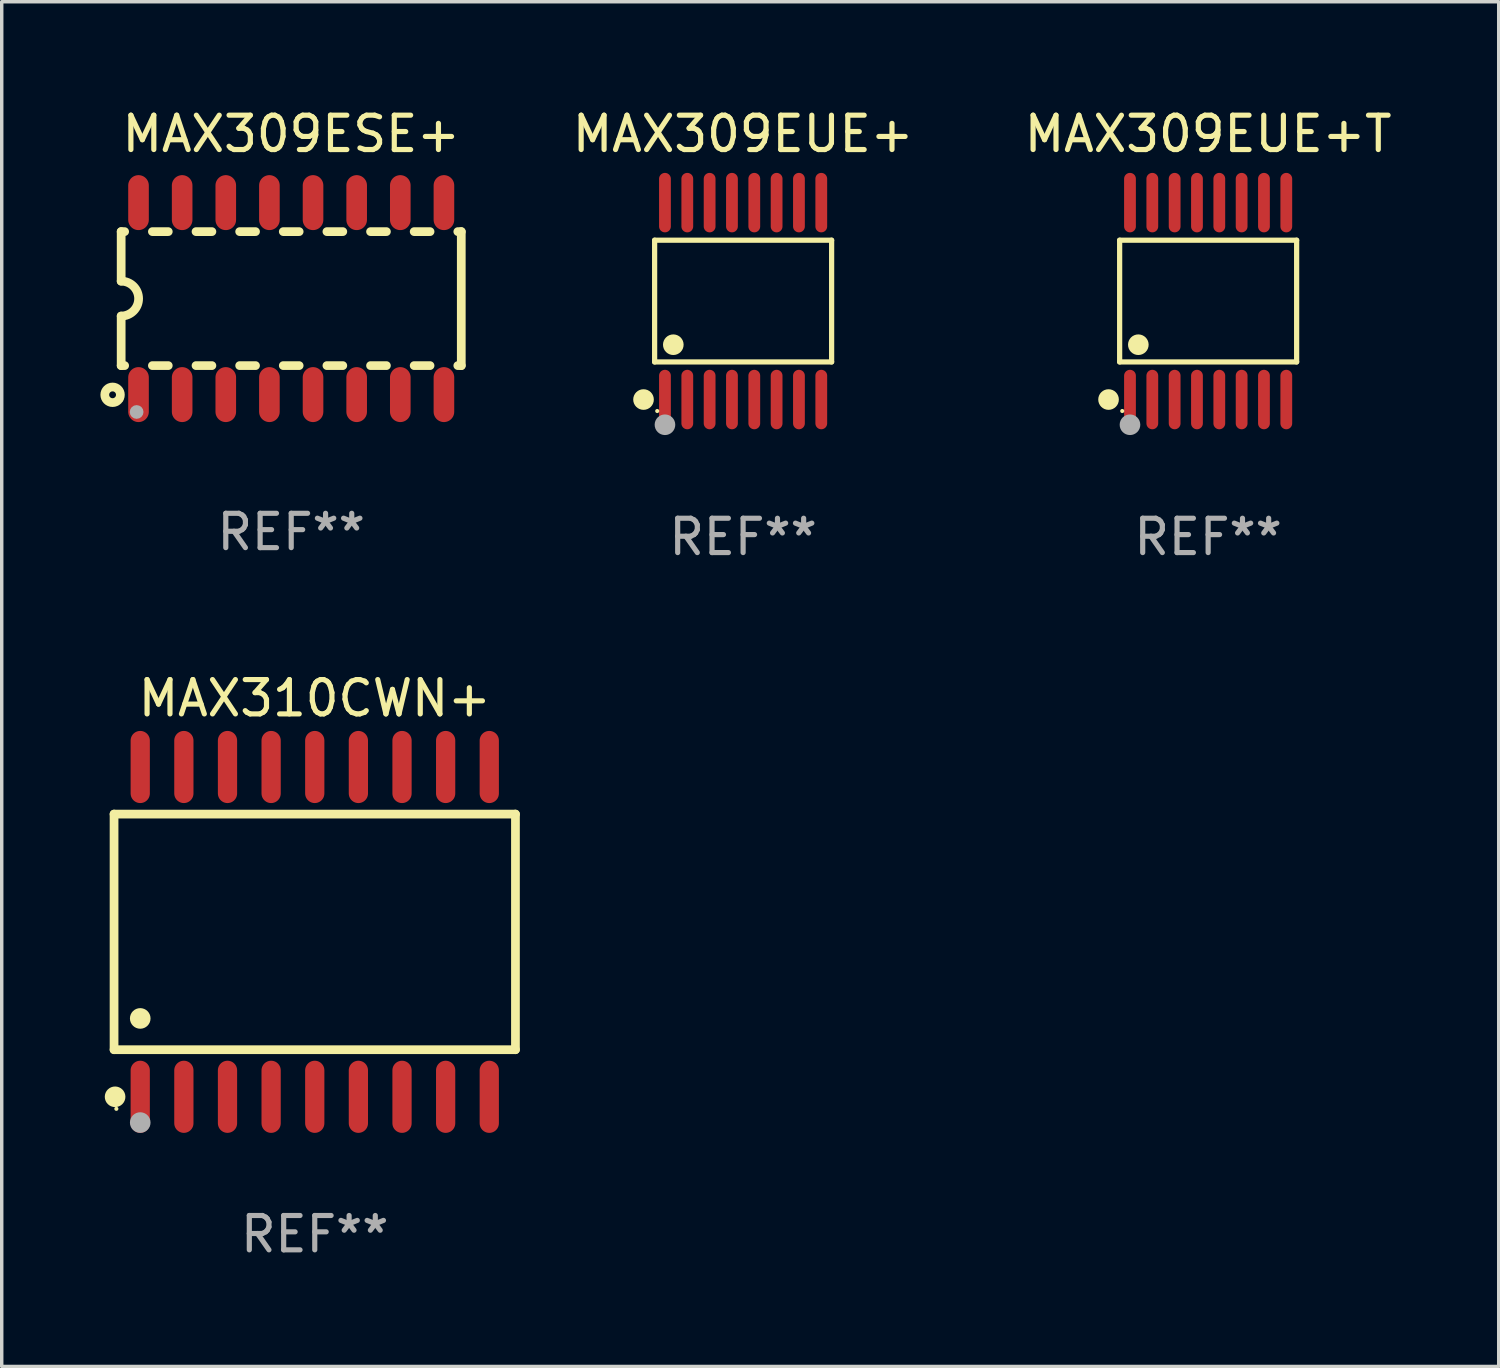
<source format=kicad_pcb>
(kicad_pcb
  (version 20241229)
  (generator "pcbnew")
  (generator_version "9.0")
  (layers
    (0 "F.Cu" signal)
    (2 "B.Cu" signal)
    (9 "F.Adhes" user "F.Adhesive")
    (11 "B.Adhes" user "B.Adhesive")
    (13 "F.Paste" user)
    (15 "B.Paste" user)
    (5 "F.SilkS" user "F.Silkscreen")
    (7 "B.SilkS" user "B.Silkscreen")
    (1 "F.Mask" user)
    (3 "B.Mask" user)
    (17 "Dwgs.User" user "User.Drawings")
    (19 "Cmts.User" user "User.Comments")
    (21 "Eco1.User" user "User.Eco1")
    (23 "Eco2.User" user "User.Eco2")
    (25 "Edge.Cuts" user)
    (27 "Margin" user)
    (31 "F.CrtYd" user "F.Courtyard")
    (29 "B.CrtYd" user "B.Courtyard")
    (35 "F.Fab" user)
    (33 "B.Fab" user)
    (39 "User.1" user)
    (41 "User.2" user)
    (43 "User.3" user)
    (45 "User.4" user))
  (footprint "MAX310CWN+"
    (layer "F.Cu")
    (at 6.112 24.076)
    (property "Reference" "MAX310CWN+" (at 0 -6.8 0) (layer "F.SilkS") (effects (font (size 1 1) (thickness 0.15))))
    (attr through_hole)
    (fp_line (start -5.842 -3.429) (end -5.842 3.429) (stroke (width 0.254) (type solid)) (layer "F.SilkS"))
    (fp_line (start -5.842 3.429) (end 5.842 3.429) (stroke (width 0.254) (type solid)) (layer "F.SilkS"))
    (fp_line (start 5.842 -3.429) (end -5.842 -3.429) (stroke (width 0.254) (type solid)) (layer "F.SilkS"))
    (fp_line (start 5.842 3.429) (end 5.842 -3.429) (stroke (width 0.254) (type solid)) (layer "F.SilkS"))
    (fp_circle (center -5.812 4.8) (end -5.662 4.8) (stroke (width 0.3) (type solid)) (fill no) (layer "F.SilkS"))
    (fp_circle (center -5.775 5.15) (end -5.745 5.15) (stroke (width 0.06) (type solid)) (fill no) (layer "F.SilkS"))
    (fp_circle (center -5.08 2.519) (end -4.93 2.519) (stroke (width 0.3) (type solid)) (fill no) (layer "F.SilkS"))
    (fp_circle (center -5.08 5.55) (end -4.93 5.55) (stroke (width 0.3) (type solid)) (fill no) (layer "F.Fab"))
    (fp_text user "REF**" (at 0 8.8 0) (layer "F.Fab") (effects (font (size 1 1) (thickness 0.15))))
    (pad "1" smd oval (at -5.08 4.8) (size 0.56 2.1) (layers "F.Cu" "F.Mask" "F.Paste"))
    (pad "2" smd oval (at -3.81 4.8) (size 0.56 2.1) (layers "F.Cu" "F.Mask" "F.Paste"))
    (pad "3" smd oval (at -2.54 4.8) (size 0.56 2.1) (layers "F.Cu" "F.Mask" "F.Paste"))
    (pad "4" smd oval (at -1.27 4.8) (size 0.56 2.1) (layers "F.Cu" "F.Mask" "F.Paste"))
    (pad "5" smd oval (at 0 4.8) (size 0.56 2.1) (layers "F.Cu" "F.Mask" "F.Paste"))
    (pad "6" smd oval (at 1.27 4.8) (size 0.56 2.1) (layers "F.Cu" "F.Mask" "F.Paste"))
    (pad "7" smd oval (at 2.54 4.8) (size 0.56 2.1) (layers "F.Cu" "F.Mask" "F.Paste"))
    (pad "8" smd oval (at 3.81 4.8) (size 0.56 2.1) (layers "F.Cu" "F.Mask" "F.Paste"))
    (pad "9" smd oval (at 5.08 4.8) (size 0.56 2.1) (layers "F.Cu" "F.Mask" "F.Paste"))
    (pad "10" smd oval (at 5.08 -4.8) (size 0.56 2.1) (layers "F.Cu" "F.Mask" "F.Paste"))
    (pad "11" smd oval (at 3.81 -4.8) (size 0.56 2.1) (layers "F.Cu" "F.Mask" "F.Paste"))
    (pad "12" smd oval (at 2.54 -4.8) (size 0.56 2.1) (layers "F.Cu" "F.Mask" "F.Paste"))
    (pad "13" smd oval (at 1.27 -4.8) (size 0.56 2.1) (layers "F.Cu" "F.Mask" "F.Paste"))
    (pad "14" smd oval (at 0 -4.8) (size 0.56 2.1) (layers "F.Cu" "F.Mask" "F.Paste"))
    (pad "15" smd oval (at -1.27 -4.8) (size 0.56 2.1) (layers "F.Cu" "F.Mask" "F.Paste"))
    (pad "16" smd oval (at -2.54 -4.8) (size 0.56 2.1) (layers "F.Cu" "F.Mask" "F.Paste"))
    (pad "17" smd oval (at -3.81 -4.8) (size 0.56 2.1) (layers "F.Cu" "F.Mask" "F.Paste"))
    (pad "18" smd oval (at -5.08 -4.8) (size 0.56 2.1) (layers "F.Cu" "F.Mask" "F.Paste")))
  (footprint "MAX309EUE+"
    (layer "F.Cu")
    (at 18.581 5.714)
    (property "Reference" "MAX309EUE+" (at 0 -4.866 0) (layer "F.SilkS") (effects (font (size 1 1) (thickness 0.15))))
    (attr through_hole)
    (fp_line (start -2.576 -1.772) (end 2.576 -1.772) (stroke (width 0.152) (type solid)) (layer "F.SilkS"))
    (fp_line (start -2.576 1.771) (end -2.576 -1.772) (stroke (width 0.152) (type solid)) (layer "F.SilkS"))
    (fp_line (start 2.576 -1.772) (end 2.576 1.771) (stroke (width 0.152) (type solid)) (layer "F.SilkS"))
    (fp_line (start 2.576 1.771) (end -2.576 1.771) (stroke (width 0.152) (type solid)) (layer "F.SilkS"))
    (fp_circle (center -2.899 2.866) (end -2.749 2.866) (stroke (width 0.3) (type solid)) (fill no) (layer "F.SilkS"))
    (fp_circle (center -2.5 3.2) (end -2.47 3.2) (stroke (width 0.06) (type solid)) (fill no) (layer "F.SilkS"))
    (fp_circle (center -2.032 1.27) (end -1.882 1.27) (stroke (width 0.3) (type solid)) (fill no) (layer "F.SilkS"))
    (fp_circle (center -2.275 3.6) (end -2.125 3.6) (stroke (width 0.3) (type solid)) (fill no) (layer "F.Fab"))
    (fp_text user "REF**" (at 0 6.866 0) (layer "F.Fab") (effects (font (size 1 1) (thickness 0.15))))
    (pad "1" smd oval (at -2.275 2.866) (size 0.343 1.731) (layers "F.Cu" "F.Mask" "F.Paste"))
    (pad "2" smd oval (at -1.625 2.866) (size 0.343 1.731) (layers "F.Cu" "F.Mask" "F.Paste"))
    (pad "3" smd oval (at -0.975 2.866) (size 0.343 1.731) (layers "F.Cu" "F.Mask" "F.Paste"))
    (pad "4" smd oval (at -0.325 2.866) (size 0.343 1.731) (layers "F.Cu" "F.Mask" "F.Paste"))
    (pad "5" smd oval (at 0.325 2.866) (size 0.343 1.731) (layers "F.Cu" "F.Mask" "F.Paste"))
    (pad "6" smd oval (at 0.975 2.866) (size 0.343 1.731) (layers "F.Cu" "F.Mask" "F.Paste"))
    (pad "7" smd oval (at 1.625 2.866) (size 0.343 1.731) (layers "F.Cu" "F.Mask" "F.Paste"))
    (pad "8" smd oval (at 2.275 2.866) (size 0.343 1.731) (layers "F.Cu" "F.Mask" "F.Paste"))
    (pad "9" smd oval (at 2.275 -2.866) (size 0.343 1.731) (layers "F.Cu" "F.Mask" "F.Paste"))
    (pad "10" smd oval (at 1.625 -2.866) (size 0.343 1.731) (layers "F.Cu" "F.Mask" "F.Paste"))
    (pad "11" smd oval (at 0.975 -2.866) (size 0.343 1.731) (layers "F.Cu" "F.Mask" "F.Paste"))
    (pad "12" smd oval (at 0.325 -2.866) (size 0.343 1.731) (layers "F.Cu" "F.Mask" "F.Paste"))
    (pad "13" smd oval (at -0.325 -2.866) (size 0.343 1.731) (layers "F.Cu" "F.Mask" "F.Paste"))
    (pad "14" smd oval (at -0.975 -2.866) (size 0.343 1.731) (layers "F.Cu" "F.Mask" "F.Paste"))
    (pad "15" smd oval (at -1.625 -2.866) (size 0.343 1.731) (layers "F.Cu" "F.Mask" "F.Paste"))
    (pad "16" smd oval (at -2.275 -2.866) (size 0.343 1.731) (layers "F.Cu" "F.Mask" "F.Paste")))
  (footprint "MAX309EUE+T"
    (layer "F.Cu")
    (at 32.117 5.714)
    (property "Reference" "MAX309EUE+T" (at 0 -4.866 0) (layer "F.SilkS") (effects (font (size 1 1) (thickness 0.15))))
    (attr through_hole)
    (fp_line (start -2.576 -1.772) (end 2.576 -1.772) (stroke (width 0.152) (type solid)) (layer "F.SilkS"))
    (fp_line (start -2.576 1.771) (end -2.576 -1.772) (stroke (width 0.152) (type solid)) (layer "F.SilkS"))
    (fp_line (start 2.576 -1.772) (end 2.576 1.771) (stroke (width 0.152) (type solid)) (layer "F.SilkS"))
    (fp_line (start 2.576 1.771) (end -2.576 1.771) (stroke (width 0.152) (type solid)) (layer "F.SilkS"))
    (fp_circle (center -2.899 2.866) (end -2.749 2.866) (stroke (width 0.3) (type solid)) (fill no) (layer "F.SilkS"))
    (fp_circle (center -2.5 3.2) (end -2.47 3.2) (stroke (width 0.06) (type solid)) (fill no) (layer "F.SilkS"))
    (fp_circle (center -2.032 1.27) (end -1.882 1.27) (stroke (width 0.3) (type solid)) (fill no) (layer "F.SilkS"))
    (fp_circle (center -2.275 3.6) (end -2.125 3.6) (stroke (width 0.3) (type solid)) (fill no) (layer "F.Fab"))
    (fp_text user "REF**" (at 0 6.866 0) (layer "F.Fab") (effects (font (size 1 1) (thickness 0.15))))
    (pad "1" smd oval (at -2.275 2.866) (size 0.343 1.731) (layers "F.Cu" "F.Mask" "F.Paste"))
    (pad "2" smd oval (at -1.625 2.866) (size 0.343 1.731) (layers "F.Cu" "F.Mask" "F.Paste"))
    (pad "3" smd oval (at -0.975 2.866) (size 0.343 1.731) (layers "F.Cu" "F.Mask" "F.Paste"))
    (pad "4" smd oval (at -0.325 2.866) (size 0.343 1.731) (layers "F.Cu" "F.Mask" "F.Paste"))
    (pad "5" smd oval (at 0.325 2.866) (size 0.343 1.731) (layers "F.Cu" "F.Mask" "F.Paste"))
    (pad "6" smd oval (at 0.975 2.866) (size 0.343 1.731) (layers "F.Cu" "F.Mask" "F.Paste"))
    (pad "7" smd oval (at 1.625 2.866) (size 0.343 1.731) (layers "F.Cu" "F.Mask" "F.Paste"))
    (pad "8" smd oval (at 2.275 2.866) (size 0.343 1.731) (layers "F.Cu" "F.Mask" "F.Paste"))
    (pad "9" smd oval (at 2.275 -2.866) (size 0.343 1.731) (layers "F.Cu" "F.Mask" "F.Paste"))
    (pad "10" smd oval (at 1.625 -2.866) (size 0.343 1.731) (layers "F.Cu" "F.Mask" "F.Paste"))
    (pad "11" smd oval (at 0.975 -2.866) (size 0.343 1.731) (layers "F.Cu" "F.Mask" "F.Paste"))
    (pad "12" smd oval (at 0.325 -2.866) (size 0.343 1.731) (layers "F.Cu" "F.Mask" "F.Paste"))
    (pad "13" smd oval (at -0.325 -2.866) (size 0.343 1.731) (layers "F.Cu" "F.Mask" "F.Paste"))
    (pad "14" smd oval (at -0.975 -2.866) (size 0.343 1.731) (layers "F.Cu" "F.Mask" "F.Paste"))
    (pad "15" smd oval (at -1.625 -2.866) (size 0.343 1.731) (layers "F.Cu" "F.Mask" "F.Paste"))
    (pad "16" smd oval (at -2.275 -2.866) (size 0.343 1.731) (layers "F.Cu" "F.Mask" "F.Paste")))
  (footprint "MAX309ESE+"
    (layer "F.Cu")
    (at 5.427 5.642)
    (property "Reference" "MAX309ESE+" (at 0 -4.794 0) (layer "F.SilkS") (effects (font (size 1 1) (thickness 0.15))))
    (attr through_hole)
    (fp_line (start -4.95 -1.95) (end -4.95 -0.508) (stroke (width 0.254) (type solid)) (layer "F.SilkS"))
    (fp_line (start -4.95 -1.95) (end -4.849 -1.95) (stroke (width 0.254) (type solid)) (layer "F.SilkS"))
    (fp_line (start -4.95 1.95) (end -4.95 0.508) (stroke (width 0.254) (type solid)) (layer "F.SilkS"))
    (fp_line (start -4.95 1.95) (end -4.849 1.95) (stroke (width 0.254) (type solid)) (layer "F.SilkS"))
    (fp_line (start -4.041 -1.95) (end -3.579 -1.95) (stroke (width 0.254) (type solid)) (layer "F.SilkS"))
    (fp_line (start -4.041 1.95) (end -3.579 1.95) (stroke (width 0.254) (type solid)) (layer "F.SilkS"))
    (fp_line (start -2.771 -1.95) (end -2.309 -1.95) (stroke (width 0.254) (type solid)) (layer "F.SilkS"))
    (fp_line (start -2.771 1.95) (end -2.309 1.95) (stroke (width 0.254) (type solid)) (layer "F.SilkS"))
    (fp_line (start -1.501 -1.95) (end -1.039 -1.95) (stroke (width 0.254) (type solid)) (layer "F.SilkS"))
    (fp_line (start -1.501 1.95) (end -1.039 1.95) (stroke (width 0.254) (type solid)) (layer "F.SilkS"))
    (fp_line (start -0.231 -1.95) (end 0.231 -1.95) (stroke (width 0.254) (type solid)) (layer "F.SilkS"))
    (fp_line (start -0.231 1.95) (end 0.231 1.95) (stroke (width 0.254) (type solid)) (layer "F.SilkS"))
    (fp_line (start 1.039 -1.95) (end 1.501 -1.95) (stroke (width 0.254) (type solid)) (layer "F.SilkS"))
    (fp_line (start 1.039 1.95) (end 1.501 1.95) (stroke (width 0.254) (type solid)) (layer "F.SilkS"))
    (fp_line (start 2.309 -1.95) (end 2.771 -1.95) (stroke (width 0.254) (type solid)) (layer "F.SilkS"))
    (fp_line (start 2.309 1.95) (end 2.771 1.95) (stroke (width 0.254) (type solid)) (layer "F.SilkS"))
    (fp_line (start 3.579 -1.95) (end 4.041 -1.95) (stroke (width 0.254) (type solid)) (layer "F.SilkS"))
    (fp_line (start 3.579 1.95) (end 4.041 1.95) (stroke (width 0.254) (type solid)) (layer "F.SilkS"))
    (fp_line (start 4.849 -1.95) (end 4.95 -1.95) (stroke (width 0.254) (type solid)) (layer "F.SilkS"))
    (fp_line (start 4.849 1.95) (end 4.95 1.95) (stroke (width 0.254) (type solid)) (layer "F.SilkS"))
    (fp_line (start 4.95 -1.95) (end 4.95 1.95) (stroke (width 0.254) (type solid)) (layer "F.SilkS"))
    (fp_arc (start -4.95047 -0.508001) (mid -4.442469 -0.000228) (end -4.950013 0.508001) (stroke (width 0.254001) (type solid)) (layer "F.SilkS"))
    (fp_circle (center -5.2 2.8) (end -5.1 2.8) (stroke (width 0.254) (type solid)) (fill no) (layer "F.SilkS"))
    (fp_circle (center -4.95 2.947) (end -4.92 2.947) (stroke (width 0.06) (type solid)) (fill no) (layer "F.SilkS"))
    (fp_circle (center -4.5 3.3) (end -4.4 3.3) (stroke (width 0.2) (type solid)) (fill no) (layer "F.Fab"))
    (fp_text user "REF**" (at 0 6.794 0) (layer "F.Fab") (effects (font (size 1 1) (thickness 0.15))))
    (pad "1" smd oval (at -4.445 2.794) (size 0.6 1.6) (layers "F.Cu" "F.Mask" "F.Paste"))
    (pad "2" smd oval (at -3.175 2.794) (size 0.6 1.6) (layers "F.Cu" "F.Mask" "F.Paste"))
    (pad "3" smd oval (at -1.905 2.794) (size 0.6 1.6) (layers "F.Cu" "F.Mask" "F.Paste"))
    (pad "4" smd oval (at -0.635 2.794) (size 0.6 1.6) (layers "F.Cu" "F.Mask" "F.Paste"))
    (pad "5" smd oval (at 0.635 2.794) (size 0.6 1.6) (layers "F.Cu" "F.Mask" "F.Paste"))
    (pad "6" smd oval (at 1.905 2.794) (size 0.6 1.6) (layers "F.Cu" "F.Mask" "F.Paste"))
    (pad "7" smd oval (at 3.175 2.794) (size 0.6 1.6) (layers "F.Cu" "F.Mask" "F.Paste"))
    (pad "8" smd oval (at 4.445 2.794) (size 0.6 1.6) (layers "F.Cu" "F.Mask" "F.Paste"))
    (pad "9" smd oval (at 4.445 -2.794) (size 0.6 1.6) (layers "F.Cu" "F.Mask" "F.Paste"))
    (pad "10" smd oval (at 3.175 -2.794) (size 0.6 1.6) (layers "F.Cu" "F.Mask" "F.Paste"))
    (pad "11" smd oval (at 1.905 -2.794) (size 0.6 1.6) (layers "F.Cu" "F.Mask" "F.Paste"))
    (pad "12" smd oval (at 0.635 -2.794) (size 0.6 1.6) (layers "F.Cu" "F.Mask" "F.Paste"))
    (pad "13" smd oval (at -0.635 -2.794) (size 0.6 1.6) (layers "F.Cu" "F.Mask" "F.Paste"))
    (pad "14" smd oval (at -1.905 -2.794) (size 0.6 1.6) (layers "F.Cu" "F.Mask" "F.Paste"))
    (pad "15" smd oval (at -3.175 -2.794) (size 0.6 1.6) (layers "F.Cu" "F.Mask" "F.Paste"))
    (pad "16" smd oval (at -4.445 -2.794) (size 0.6 1.6) (layers "F.Cu" "F.Mask" "F.Paste")))
  (gr_rect
    (start -3 -3)
    (end 40.575 36.725)
    (stroke (width 0.1) (type default))
    (fill no)
    (layer "Edge.Cuts")))
</source>
